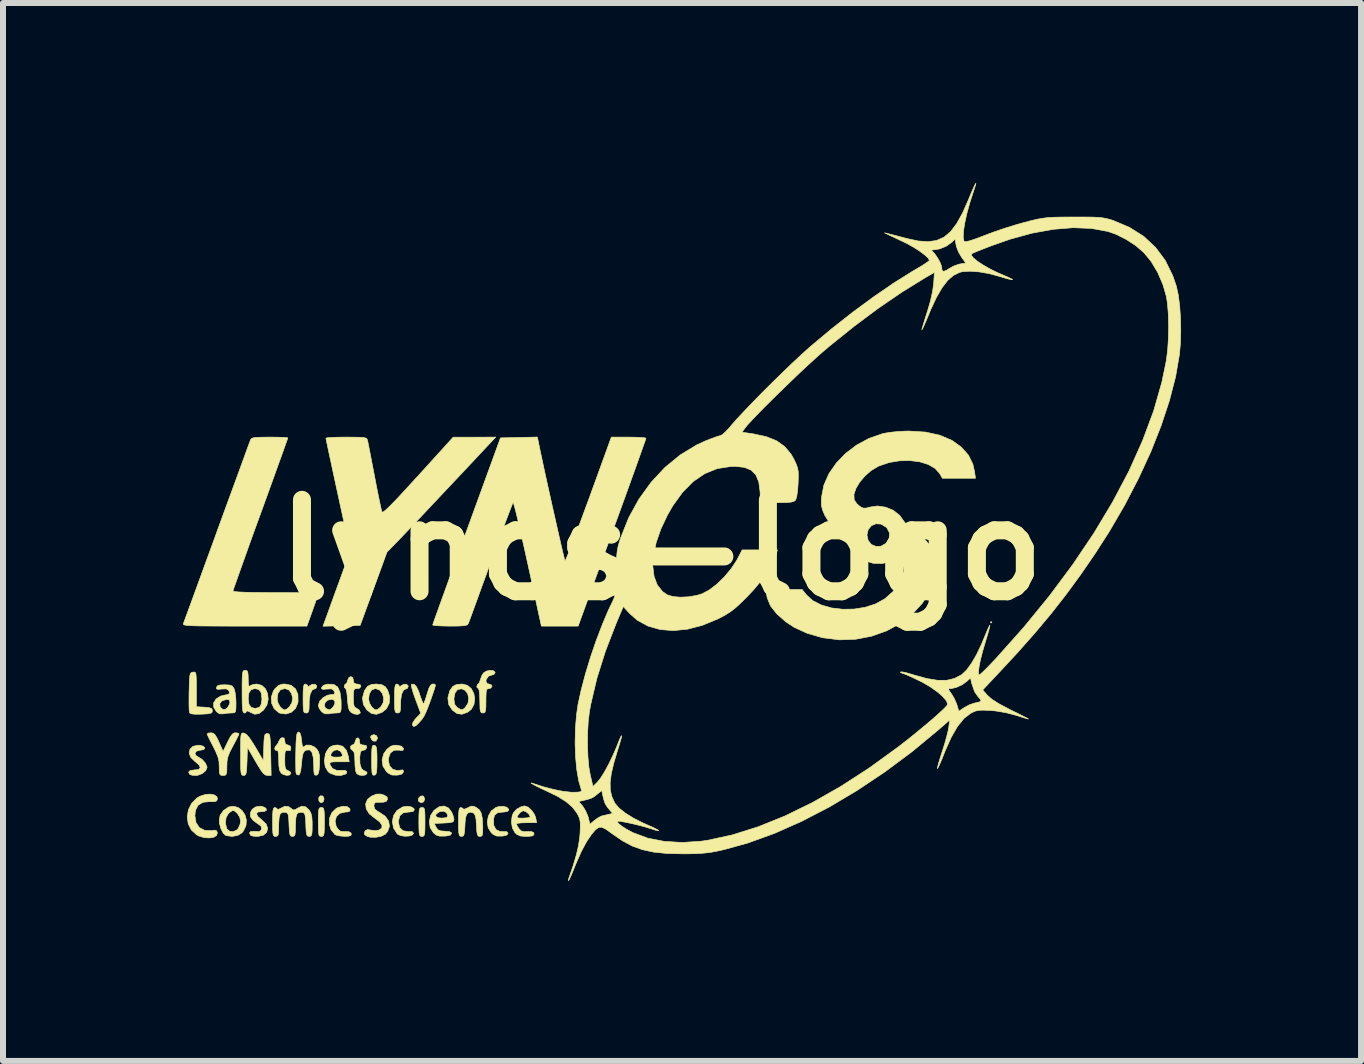
<source format=kicad_pcb>
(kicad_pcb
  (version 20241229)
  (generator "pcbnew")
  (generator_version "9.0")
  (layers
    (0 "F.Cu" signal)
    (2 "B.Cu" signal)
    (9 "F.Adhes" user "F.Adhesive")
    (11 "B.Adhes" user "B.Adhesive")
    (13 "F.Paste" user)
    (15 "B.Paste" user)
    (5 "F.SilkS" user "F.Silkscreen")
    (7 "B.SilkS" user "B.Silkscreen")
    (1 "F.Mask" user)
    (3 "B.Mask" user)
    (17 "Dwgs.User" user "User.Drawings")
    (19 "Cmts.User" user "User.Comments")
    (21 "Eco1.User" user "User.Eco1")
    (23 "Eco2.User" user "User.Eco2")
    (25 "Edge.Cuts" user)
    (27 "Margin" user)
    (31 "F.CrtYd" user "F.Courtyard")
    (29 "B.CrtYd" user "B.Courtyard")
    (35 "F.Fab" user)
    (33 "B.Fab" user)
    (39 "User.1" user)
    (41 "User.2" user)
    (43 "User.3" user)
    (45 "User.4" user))
  (footprint "lyncs-logo"
    (layer "F.Cu")
    (at 7.97 6.115)
    (property "Reference" "lyncs-logo" (at 0 0 0) (layer "F.SilkS") (effects (font (size 1.524 1.524) (thickness 0.3))))
    (attr through_hole)
    (fp_poly (pts (xy 5.512 1.206) (xy 5.499 1.219) (xy 5.486 1.206) (xy 5.499 1.194) (xy 5.512 1.206)) (stroke (width 0.01) (type solid)) (fill yes) (layer "F.SilkS"))
    (fp_poly (pts (xy -4.747 3.094) (xy -4.728 3.132) (xy -4.729 3.141) (xy -4.754 3.186) (xy -4.796 3.187) (xy -4.826 3.162) (xy -4.845 3.119) (xy -4.832 3.094) (xy -4.789 3.078) (xy -4.747 3.094)) (stroke (width 0.01) (type solid)) (fill yes) (layer "F.SilkS"))
    (fp_poly (pts (xy -3.958 4.109) (xy -3.942 4.153) (xy -3.958 4.197) (xy -3.997 4.216) (xy -4.037 4.196) (xy -4.047 4.18) (xy -4.044 4.137) (xy -4.013 4.105) (xy -3.974 4.099) (xy -3.958 4.109)) (stroke (width 0.01) (type solid)) (fill yes) (layer "F.SilkS"))
    (fp_poly (pts (xy -5.646 4.1) (xy -5.635 4.108) (xy -5.619 4.15) (xy -5.63 4.194) (xy -5.662 4.216) (xy -5.664 4.216) (xy -5.696 4.196) (xy -5.706 4.177) (xy -5.708 4.13) (xy -5.682 4.099) (xy -5.646 4.1)) (stroke (width 0.01) (type solid)) (fill yes) (layer "F.SilkS"))
    (fp_poly (pts (xy -5.641 4.296) (xy -5.626 4.313) (xy -5.618 4.354) (xy -5.614 4.426) (xy -5.613 4.534) (xy -5.614 4.646) (xy -5.618 4.717) (xy -5.626 4.756) (xy -5.642 4.772) (xy -5.664 4.775) (xy -5.688 4.772) (xy -5.703 4.754) (xy -5.711 4.714) (xy -5.714 4.642) (xy -5.715 4.534) (xy -5.714 4.422) (xy -5.711 4.351) (xy -5.702 4.312) (xy -5.687 4.296) (xy -5.664 4.293) (xy -5.641 4.296)) (stroke (width 0.01) (type solid)) (fill yes) (layer "F.SilkS"))
    (fp_poly (pts (xy -4.761 3.266) (xy -4.747 3.293) (xy -4.74 3.346) (xy -4.737 3.436) (xy -4.737 3.505) (xy -4.738 3.619) (xy -4.743 3.691) (xy -4.752 3.732) (xy -4.769 3.75) (xy -4.782 3.754) (xy -4.802 3.754) (xy -4.815 3.736) (xy -4.822 3.693) (xy -4.825 3.616) (xy -4.826 3.505) (xy -4.825 3.388) (xy -4.822 3.314) (xy -4.814 3.273) (xy -4.801 3.256) (xy -4.782 3.256) (xy -4.761 3.266)) (stroke (width 0.01) (type solid)) (fill yes) (layer "F.SilkS"))
    (fp_poly (pts (xy -3.964 4.296) (xy -3.949 4.313) (xy -3.941 4.354) (xy -3.938 4.426) (xy -3.937 4.534) (xy -3.938 4.646) (xy -3.941 4.717) (xy -3.95 4.756) (xy -3.965 4.772) (xy -3.988 4.775) (xy -4.011 4.772) (xy -4.026 4.754) (xy -4.034 4.714) (xy -4.038 4.642) (xy -4.039 4.534) (xy -4.038 4.422) (xy -4.034 4.351) (xy -4.026 4.312) (xy -4.01 4.296) (xy -3.988 4.293) (xy -3.964 4.296)) (stroke (width 0.01) (type solid)) (fill yes) (layer "F.SilkS"))
    (fp_poly (pts (xy -5.897 2.252) (xy -5.893 2.266) (xy -5.885 2.283) (xy -5.862 2.266) (xy -5.816 2.239) (xy -5.769 2.239) (xy -5.742 2.264) (xy -5.74 2.273) (xy -5.753 2.307) (xy -5.764 2.311) (xy -5.817 2.335) (xy -5.851 2.404) (xy -5.867 2.516) (xy -5.867 2.555) (xy -5.869 2.643) (xy -5.876 2.693) (xy -5.892 2.714) (xy -5.918 2.718) (xy -5.942 2.714) (xy -5.957 2.697) (xy -5.965 2.657) (xy -5.968 2.584) (xy -5.969 2.477) (xy -5.968 2.361) (xy -5.963 2.289) (xy -5.953 2.25) (xy -5.936 2.236) (xy -5.931 2.235) (xy -5.897 2.252)) (stroke (width 0.01) (type solid)) (fill yes) (layer "F.SilkS"))
    (fp_poly (pts (xy -4.373 2.252) (xy -4.369 2.266) (xy -4.361 2.283) (xy -4.338 2.266) (xy -4.292 2.239) (xy -4.245 2.239) (xy -4.218 2.264) (xy -4.216 2.273) (xy -4.229 2.307) (xy -4.24 2.311) (xy -4.293 2.335) (xy -4.327 2.404) (xy -4.343 2.516) (xy -4.343 2.555) (xy -4.345 2.643) (xy -4.352 2.693) (xy -4.368 2.714) (xy -4.394 2.718) (xy -4.418 2.714) (xy -4.433 2.697) (xy -4.441 2.657) (xy -4.444 2.584) (xy -4.445 2.477) (xy -4.444 2.361) (xy -4.439 2.289) (xy -4.429 2.25) (xy -4.412 2.236) (xy -4.407 2.235) (xy -4.373 2.252)) (stroke (width 0.01) (type solid)) (fill yes) (layer "F.SilkS"))
    (fp_poly (pts (xy -2.572 4.289) (xy -2.541 4.323) (xy -2.54 4.332) (xy -2.56 4.359) (xy -2.622 4.369) (xy -2.638 4.369) (xy -2.727 4.381) (xy -2.777 4.422) (xy -2.794 4.483) (xy -2.791 4.591) (xy -2.754 4.661) (xy -2.685 4.694) (xy -2.632 4.694) (xy -2.573 4.696) (xy -2.553 4.72) (xy -2.553 4.724) (xy -2.572 4.752) (xy -2.635 4.768) (xy -2.66 4.77) (xy -2.741 4.769) (xy -2.798 4.744) (xy -2.832 4.714) (xy -2.884 4.631) (xy -2.899 4.534) (xy -2.881 4.436) (xy -2.833 4.351) (xy -2.758 4.294) (xy -2.718 4.28) (xy -2.636 4.273) (xy -2.572 4.289)) (stroke (width 0.01) (type solid)) (fill yes) (layer "F.SilkS"))
    (fp_poly (pts (xy -5.234 4.278) (xy -5.192 4.309) (xy -5.186 4.324) (xy -5.191 4.355) (xy -5.229 4.367) (xy -5.265 4.369) (xy -5.354 4.389) (xy -5.412 4.442) (xy -5.435 4.518) (xy -5.418 4.604) (xy -5.394 4.645) (xy -5.351 4.687) (xy -5.29 4.696) (xy -5.268 4.694) (xy -5.205 4.697) (xy -5.168 4.719) (xy -5.167 4.751) (xy -5.175 4.76) (xy -5.214 4.772) (xy -5.282 4.774) (xy -5.357 4.767) (xy -5.419 4.753) (xy -5.438 4.743) (xy -5.503 4.664) (xy -5.533 4.568) (xy -5.527 4.468) (xy -5.488 4.377) (xy -5.417 4.309) (xy -5.388 4.294) (xy -5.304 4.272) (xy -5.234 4.278)) (stroke (width 0.01) (type solid)) (fill yes) (layer "F.SilkS"))
    (fp_poly (pts (xy -4.401 3.256) (xy -4.328 3.272) (xy -4.298 3.305) (xy -4.297 3.308) (xy -4.3 3.337) (xy -4.331 3.343) (xy -4.368 3.337) (xy -4.453 3.339) (xy -4.514 3.384) (xy -4.544 3.467) (xy -4.547 3.509) (xy -4.527 3.598) (xy -4.474 3.657) (xy -4.396 3.678) (xy -4.354 3.672) (xy -4.307 3.666) (xy -4.295 3.686) (xy -4.297 3.701) (xy -4.32 3.734) (xy -4.38 3.751) (xy -4.409 3.754) (xy -4.488 3.752) (xy -4.547 3.723) (xy -4.58 3.693) (xy -4.638 3.603) (xy -4.652 3.5) (xy -4.625 3.397) (xy -4.572 3.324) (xy -4.511 3.273) (xy -4.45 3.255) (xy -4.401 3.256)) (stroke (width 0.01) (type solid)) (fill yes) (layer "F.SilkS"))
    (fp_poly (pts (xy -4.162 4.284) (xy -4.121 4.312) (xy -4.115 4.331) (xy -4.133 4.358) (xy -4.191 4.368) (xy -4.213 4.369) (xy -4.304 4.384) (xy -4.357 4.431) (xy -4.378 4.515) (xy -4.379 4.539) (xy -4.36 4.627) (xy -4.304 4.68) (xy -4.216 4.695) (xy -4.204 4.694) (xy -4.146 4.697) (xy -4.128 4.723) (xy -4.128 4.724) (xy -4.149 4.753) (xy -4.204 4.769) (xy -4.274 4.772) (xy -4.343 4.762) (xy -4.394 4.737) (xy -4.4 4.732) (xy -4.462 4.633) (xy -4.481 4.528) (xy -4.461 4.427) (xy -4.404 4.343) (xy -4.313 4.286) (xy -4.297 4.281) (xy -4.226 4.272) (xy -4.162 4.284)) (stroke (width 0.01) (type solid)) (fill yes) (layer "F.SilkS"))
    (fp_poly (pts (xy -7.763 2.044) (xy -7.754 2.071) (xy -7.749 2.126) (xy -7.747 2.217) (xy -7.747 2.321) (xy -7.747 2.614) (xy -7.614 2.621) (xy -7.535 2.629) (xy -7.495 2.642) (xy -7.481 2.668) (xy -7.48 2.68) (xy -7.485 2.706) (xy -7.508 2.722) (xy -7.559 2.732) (xy -7.648 2.737) (xy -7.665 2.738) (xy -7.769 2.739) (xy -7.832 2.732) (xy -7.86 2.716) (xy -7.862 2.711) (xy -7.867 2.674) (xy -7.87 2.596) (xy -7.87 2.491) (xy -7.869 2.367) (xy -7.868 2.361) (xy -7.865 2.229) (xy -7.861 2.14) (xy -7.854 2.085) (xy -7.843 2.055) (xy -7.826 2.041) (xy -7.804 2.037) (xy -7.78 2.035) (xy -7.763 2.044)) (stroke (width 0.01) (type solid)) (fill yes) (layer "F.SilkS"))
    (fp_poly (pts (xy -7.449 4.083) (xy -7.405 4.113) (xy -7.396 4.148) (xy -7.407 4.181) (xy -7.437 4.195) (xy -7.499 4.196) (xy -7.524 4.195) (xy -7.638 4.206) (xy -7.717 4.254) (xy -7.762 4.339) (xy -7.772 4.43) (xy -7.753 4.546) (xy -7.698 4.628) (xy -7.61 4.673) (xy -7.494 4.679) (xy -7.443 4.67) (xy -7.409 4.683) (xy -7.397 4.715) (xy -7.411 4.76) (xy -7.461 4.79) (xy -7.536 4.801) (xy -7.623 4.794) (xy -7.709 4.767) (xy -7.742 4.749) (xy -7.831 4.668) (xy -7.883 4.565) (xy -7.899 4.449) (xy -7.88 4.331) (xy -7.826 4.224) (xy -7.74 4.136) (xy -7.689 4.106) (xy -7.604 4.078) (xy -7.52 4.07) (xy -7.449 4.083)) (stroke (width 0.01) (type solid)) (fill yes) (layer "F.SilkS"))
    (fp_poly (pts (xy -7.692 3.256) (xy -7.629 3.273) (xy -7.605 3.301) (xy -7.623 3.327) (xy -7.682 3.339) (xy -7.683 3.339) (xy -7.745 3.354) (xy -7.77 3.388) (xy -7.754 3.428) (xy -7.713 3.453) (xy -7.65 3.493) (xy -7.597 3.553) (xy -7.57 3.615) (xy -7.569 3.625) (xy -7.592 3.68) (xy -7.648 3.727) (xy -7.722 3.756) (xy -7.755 3.759) (xy -7.818 3.755) (xy -7.856 3.743) (xy -7.857 3.742) (xy -7.877 3.703) (xy -7.851 3.677) (xy -7.785 3.667) (xy -7.779 3.667) (xy -7.709 3.659) (xy -7.683 3.63) (xy -7.702 3.585) (xy -7.766 3.529) (xy -7.772 3.525) (xy -7.841 3.458) (xy -7.867 3.387) (xy -7.854 3.322) (xy -7.805 3.274) (xy -7.724 3.255) (xy -7.692 3.256)) (stroke (width 0.01) (type solid)) (fill yes) (layer "F.SilkS"))
    (fp_poly (pts (xy -6.644 4.277) (xy -6.589 4.304) (xy -6.578 4.336) (xy -6.61 4.359) (xy -6.661 4.363) (xy -6.724 4.369) (xy -6.744 4.398) (xy -6.723 4.443) (xy -6.661 4.497) (xy -6.655 4.501) (xy -6.584 4.569) (xy -6.559 4.641) (xy -6.575 4.706) (xy -6.63 4.754) (xy -6.721 4.775) (xy -6.731 4.775) (xy -6.796 4.771) (xy -6.838 4.761) (xy -6.841 4.758) (xy -6.863 4.718) (xy -6.841 4.693) (xy -6.782 4.689) (xy -6.77 4.691) (xy -6.705 4.695) (xy -6.673 4.677) (xy -6.663 4.659) (xy -6.666 4.61) (xy -6.692 4.586) (xy -6.745 4.55) (xy -6.802 4.507) (xy -6.846 4.446) (xy -6.848 4.381) (xy -6.817 4.323) (xy -6.758 4.283) (xy -6.68 4.271) (xy -6.644 4.277)) (stroke (width 0.01) (type solid)) (fill yes) (layer "F.SilkS"))
    (fp_poly (pts (xy -4.658 2.246) (xy -4.597 2.282) (xy -4.558 2.339) (xy -4.525 2.448) (xy -4.533 2.555) (xy -4.579 2.647) (xy -4.652 2.707) (xy -4.746 2.74) (xy -4.826 2.727) (xy -4.904 2.669) (xy -4.964 2.576) (xy -4.976 2.488) (xy -4.877 2.488) (xy -4.861 2.555) (xy -4.823 2.619) (xy -4.775 2.66) (xy -4.75 2.667) (xy -4.715 2.651) (xy -4.674 2.616) (xy -4.634 2.548) (xy -4.626 2.469) (xy -4.647 2.393) (xy -4.693 2.336) (xy -4.758 2.312) (xy -4.763 2.311) (xy -4.826 2.334) (xy -4.865 2.398) (xy -4.877 2.488) (xy -4.976 2.488) (xy -4.979 2.467) (xy -4.947 2.351) (xy -4.941 2.339) (xy -4.894 2.273) (xy -4.828 2.242) (xy -4.75 2.235) (xy -4.658 2.246)) (stroke (width 0.01) (type solid)) (fill yes) (layer "F.SilkS"))
    (fp_poly (pts (xy -6.169 2.256) (xy -6.095 2.316) (xy -6.055 2.407) (xy -6.052 2.525) (xy -6.056 2.549) (xy -6.095 2.643) (xy -6.166 2.707) (xy -6.256 2.735) (xy -6.352 2.722) (xy -6.375 2.712) (xy -6.451 2.646) (xy -6.493 2.555) (xy -6.496 2.488) (xy -6.401 2.488) (xy -6.385 2.555) (xy -6.347 2.619) (xy -6.299 2.66) (xy -6.274 2.667) (xy -6.239 2.651) (xy -6.198 2.616) (xy -6.155 2.546) (xy -6.144 2.467) (xy -6.162 2.392) (xy -6.205 2.335) (xy -6.269 2.311) (xy -6.274 2.311) (xy -6.346 2.331) (xy -6.388 2.392) (xy -6.401 2.488) (xy -6.496 2.488) (xy -6.498 2.452) (xy -6.464 2.352) (xy -6.437 2.313) (xy -6.378 2.258) (xy -6.312 2.237) (xy -6.272 2.235) (xy -6.169 2.256)) (stroke (width 0.01) (type solid)) (fill yes) (layer "F.SilkS"))
    (fp_poly (pts (xy -3.23 2.257) (xy -3.164 2.313) (xy -3.123 2.393) (xy -3.108 2.485) (xy -3.121 2.577) (xy -3.164 2.656) (xy -3.227 2.706) (xy -3.321 2.739) (xy -3.401 2.728) (xy -3.479 2.672) (xy -3.482 2.669) (xy -3.542 2.576) (xy -3.553 2.493) (xy -3.454 2.493) (xy -3.443 2.573) (xy -3.403 2.624) (xy -3.398 2.627) (xy -3.343 2.66) (xy -3.306 2.66) (xy -3.266 2.627) (xy -3.22 2.555) (xy -3.208 2.472) (xy -3.226 2.395) (xy -3.272 2.338) (xy -3.327 2.315) (xy -3.393 2.327) (xy -3.436 2.382) (xy -3.454 2.475) (xy -3.454 2.493) (xy -3.553 2.493) (xy -3.556 2.467) (xy -3.525 2.351) (xy -3.519 2.339) (xy -3.474 2.276) (xy -3.414 2.244) (xy -3.321 2.235) (xy -3.317 2.235) (xy -3.23 2.257)) (stroke (width 0.01) (type solid)) (fill yes) (layer "F.SilkS"))
    (fp_poly (pts (xy -7.05 4.294) (xy -6.985 4.344) (xy -6.937 4.416) (xy -6.914 4.501) (xy -6.92 4.592) (xy -6.962 4.683) (xy -6.988 4.715) (xy -7.059 4.759) (xy -7.153 4.775) (xy -7.247 4.762) (xy -7.259 4.758) (xy -7.301 4.718) (xy -7.338 4.646) (xy -7.362 4.559) (xy -7.362 4.557) (xy -7.263 4.557) (xy -7.24 4.645) (xy -7.238 4.65) (xy -7.192 4.69) (xy -7.13 4.695) (xy -7.069 4.665) (xy -7.05 4.643) (xy -7.019 4.573) (xy -7.01 4.516) (xy -7.026 4.452) (xy -7.065 4.391) (xy -7.113 4.35) (xy -7.137 4.343) (xy -7.172 4.36) (xy -7.214 4.394) (xy -7.253 4.466) (xy -7.263 4.557) (xy -7.362 4.557) (xy -7.366 4.508) (xy -7.351 4.423) (xy -7.299 4.348) (xy -7.292 4.341) (xy -7.209 4.285) (xy -7.127 4.272) (xy -7.05 4.294)) (stroke (width 0.01) (type solid)) (fill yes) (layer "F.SilkS"))
    (fp_poly (pts (xy -7.049 3.054) (xy -7.036 3.065) (xy -7.047 3.093) (xy -7.078 3.155) (xy -7.121 3.237) (xy -7.137 3.267) (xy -7.191 3.37) (xy -7.222 3.449) (xy -7.236 3.523) (xy -7.239 3.606) (xy -7.24 3.69) (xy -7.248 3.736) (xy -7.266 3.755) (xy -7.299 3.759) (xy -7.303 3.759) (xy -7.338 3.756) (xy -7.357 3.737) (xy -7.365 3.692) (xy -7.366 3.613) (xy -7.37 3.527) (xy -7.388 3.45) (xy -7.423 3.364) (xy -7.467 3.276) (xy -7.513 3.187) (xy -7.548 3.116) (xy -7.567 3.073) (xy -7.569 3.067) (xy -7.547 3.053) (xy -7.505 3.048) (xy -7.466 3.055) (xy -7.434 3.083) (xy -7.399 3.142) (xy -7.371 3.203) (xy -7.302 3.358) (xy -7.227 3.203) (xy -7.182 3.116) (xy -7.146 3.068) (xy -7.111 3.049) (xy -7.095 3.048) (xy -7.049 3.054)) (stroke (width 0.01) (type solid)) (fill yes) (layer "F.SilkS"))
    (fp_poly (pts (xy -5.033 3.155) (xy -5.029 3.186) (xy -5.02 3.235) (xy -4.981 3.251) (xy -4.964 3.251) (xy -4.916 3.26) (xy -4.907 3.293) (xy -4.907 3.296) (xy -4.936 3.332) (xy -4.966 3.34) (xy -4.998 3.348) (xy -5.015 3.382) (xy -5.024 3.453) (xy -5.024 3.46) (xy -5.021 3.565) (xy -4.997 3.642) (xy -4.957 3.68) (xy -4.939 3.683) (xy -4.907 3.703) (xy -4.902 3.721) (xy -4.923 3.748) (xy -4.972 3.759) (xy -5.03 3.753) (xy -5.075 3.729) (xy -5.092 3.687) (xy -5.102 3.609) (xy -5.105 3.528) (xy -5.109 3.429) (xy -5.12 3.371) (xy -5.14 3.345) (xy -5.144 3.344) (xy -5.175 3.314) (xy -5.179 3.276) (xy -5.155 3.252) (xy -5.145 3.251) (xy -5.113 3.23) (xy -5.101 3.196) (xy -5.082 3.145) (xy -5.054 3.131) (xy -5.033 3.155)) (stroke (width 0.01) (type solid)) (fill yes) (layer "F.SilkS"))
    (fp_poly (pts (xy -5.141 2.128) (xy -5.131 2.17) (xy -5.121 2.219) (xy -5.082 2.235) (xy -5.067 2.235) (xy -5.016 2.248) (xy -5.004 2.273) (xy -5.026 2.304) (xy -5.067 2.311) (xy -5.102 2.315) (xy -5.121 2.332) (xy -5.129 2.376) (xy -5.131 2.458) (xy -5.131 2.465) (xy -5.128 2.555) (xy -5.117 2.606) (xy -5.094 2.631) (xy -5.086 2.634) (xy -5.034 2.667) (xy -5.015 2.707) (xy -5.02 2.723) (xy -5.058 2.742) (xy -5.117 2.734) (xy -5.169 2.708) (xy -5.197 2.675) (xy -5.215 2.62) (xy -5.226 2.529) (xy -5.228 2.492) (xy -5.236 2.404) (xy -5.247 2.339) (xy -5.259 2.312) (xy -5.261 2.311) (xy -5.281 2.291) (xy -5.283 2.273) (xy -5.27 2.239) (xy -5.26 2.235) (xy -5.238 2.214) (xy -5.228 2.178) (xy -5.206 2.128) (xy -5.172 2.111) (xy -5.141 2.128)) (stroke (width 0.01) (type solid)) (fill yes) (layer "F.SilkS"))
    (fp_poly (pts (xy -4.614 4.088) (xy -4.567 4.12) (xy -4.563 4.16) (xy -4.583 4.192) (xy -4.63 4.205) (xy -4.682 4.206) (xy -4.749 4.207) (xy -4.78 4.222) (xy -4.788 4.256) (xy -4.788 4.267) (xy -4.775 4.317) (xy -4.727 4.357) (xy -4.693 4.375) (xy -4.599 4.439) (xy -4.543 4.52) (xy -4.529 4.607) (xy -4.559 4.692) (xy -4.597 4.737) (xy -4.665 4.772) (xy -4.757 4.79) (xy -4.85 4.788) (xy -4.896 4.776) (xy -4.944 4.746) (xy -4.947 4.708) (xy -4.932 4.68) (xy -4.896 4.661) (xy -4.837 4.67) (xy -4.763 4.679) (xy -4.703 4.67) (xy -4.656 4.635) (xy -4.654 4.587) (xy -4.695 4.53) (xy -4.775 4.47) (xy -4.865 4.399) (xy -4.916 4.317) (xy -4.926 4.234) (xy -4.896 4.158) (xy -4.827 4.103) (xy -4.746 4.07) (xy -4.675 4.069) (xy -4.614 4.088)) (stroke (width 0.01) (type solid)) (fill yes) (layer "F.SilkS"))
    (fp_poly (pts (xy -3.781 2.236) (xy -3.767 2.243) (xy -3.765 2.266) (xy -3.778 2.314) (xy -3.805 2.394) (xy -3.835 2.48) (xy -3.882 2.609) (xy -3.919 2.701) (xy -3.951 2.768) (xy -3.985 2.82) (xy -4.026 2.868) (xy -4.034 2.877) (xy -4.089 2.93) (xy -4.124 2.944) (xy -4.145 2.921) (xy -4.148 2.915) (xy -4.139 2.878) (xy -4.103 2.824) (xy -4.084 2.803) (xy -4.008 2.723) (xy -4.097 2.485) (xy -4.132 2.385) (xy -4.156 2.303) (xy -4.165 2.252) (xy -4.162 2.239) (xy -4.119 2.239) (xy -4.081 2.276) (xy -4.043 2.355) (xy -4.025 2.41) (xy -3.997 2.49) (xy -3.975 2.546) (xy -3.962 2.565) (xy -3.949 2.543) (xy -3.928 2.484) (xy -3.902 2.402) (xy -3.902 2.4) (xy -3.872 2.307) (xy -3.845 2.256) (xy -3.816 2.236) (xy -3.807 2.235) (xy -3.781 2.236)) (stroke (width 0.01) (type solid)) (fill yes) (layer "F.SilkS"))
    (fp_poly (pts (xy -6.284 3.136) (xy -6.274 3.182) (xy -6.274 3.186) (xy -6.263 3.237) (xy -6.223 3.251) (xy -6.223 3.251) (xy -6.181 3.269) (xy -6.172 3.305) (xy -6.183 3.344) (xy -6.223 3.345) (xy -6.223 3.345) (xy -6.25 3.342) (xy -6.266 3.358) (xy -6.272 3.403) (xy -6.274 3.488) (xy -6.274 3.497) (xy -6.272 3.588) (xy -6.264 3.64) (xy -6.246 3.666) (xy -6.223 3.676) (xy -6.182 3.701) (xy -6.172 3.724) (xy -6.192 3.751) (xy -6.24 3.758) (xy -6.296 3.745) (xy -6.335 3.719) (xy -6.36 3.675) (xy -6.372 3.597) (xy -6.375 3.502) (xy -6.378 3.412) (xy -6.387 3.355) (xy -6.399 3.339) (xy -6.399 3.339) (xy -6.429 3.34) (xy -6.442 3.313) (xy -6.432 3.277) (xy -6.42 3.266) (xy -6.382 3.217) (xy -6.372 3.187) (xy -6.344 3.142) (xy -6.318 3.129) (xy -6.284 3.136)) (stroke (width 0.01) (type solid)) (fill yes) (layer "F.SilkS"))
    (fp_poly (pts (xy -5.306 3.274) (xy -5.247 3.34) (xy -5.215 3.439) (xy -5.2 3.531) (xy -5.366 3.531) (xy -5.455 3.532) (xy -5.503 3.538) (xy -5.522 3.552) (xy -5.52 3.578) (xy -5.519 3.582) (xy -5.479 3.643) (xy -5.408 3.675) (xy -5.332 3.674) (xy -5.274 3.673) (xy -5.241 3.691) (xy -5.243 3.72) (xy -5.261 3.736) (xy -5.339 3.76) (xy -5.432 3.754) (xy -5.518 3.722) (xy -5.551 3.697) (xy -5.599 3.616) (xy -5.614 3.513) (xy -5.598 3.413) (xy -5.507 3.413) (xy -5.502 3.44) (xy -5.466 3.452) (xy -5.41 3.454) (xy -5.343 3.45) (xy -5.315 3.435) (xy -5.313 3.413) (xy -5.344 3.357) (xy -5.399 3.331) (xy -5.455 3.343) (xy -5.496 3.385) (xy -5.507 3.413) (xy -5.598 3.413) (xy -5.597 3.403) (xy -5.576 3.355) (xy -5.528 3.289) (xy -5.462 3.258) (xy -5.387 3.251) (xy -5.306 3.274)) (stroke (width 0.01) (type solid)) (fill yes) (layer "F.SilkS"))
    (fp_poly (pts (xy -3.544 4.302) (xy -3.492 4.371) (xy -3.465 4.438) (xy -3.454 4.493) (xy -3.46 4.521) (xy -3.485 4.538) (xy -3.54 4.547) (xy -3.619 4.552) (xy -3.783 4.559) (xy -3.751 4.623) (xy -3.722 4.664) (xy -3.676 4.683) (xy -3.606 4.688) (xy -3.529 4.695) (xy -3.495 4.715) (xy -3.493 4.726) (xy -3.513 4.752) (xy -3.577 4.767) (xy -3.613 4.77) (xy -3.695 4.77) (xy -3.751 4.752) (xy -3.797 4.714) (xy -3.851 4.628) (xy -3.865 4.525) (xy -3.845 4.438) (xy -3.759 4.438) (xy -3.721 4.463) (xy -3.658 4.47) (xy -3.584 4.463) (xy -3.556 4.44) (xy -3.556 4.435) (xy -3.577 4.381) (xy -3.628 4.354) (xy -3.695 4.364) (xy -3.696 4.365) (xy -3.751 4.402) (xy -3.759 4.438) (xy -3.845 4.438) (xy -3.841 4.422) (xy -3.787 4.341) (xy -3.701 4.281) (xy -3.618 4.268) (xy -3.544 4.302)) (stroke (width 0.01) (type solid)) (fill yes) (layer "F.SilkS"))
    (fp_poly (pts (xy -2.796 2.013) (xy -2.769 2.039) (xy -2.769 2.045) (xy -2.789 2.077) (xy -2.814 2.083) (xy -2.879 2.105) (xy -2.917 2.161) (xy -2.921 2.189) (xy -2.901 2.228) (xy -2.87 2.235) (xy -2.829 2.251) (xy -2.819 2.273) (xy -2.841 2.304) (xy -2.87 2.311) (xy -2.896 2.316) (xy -2.911 2.335) (xy -2.918 2.38) (xy -2.921 2.461) (xy -2.921 2.515) (xy -2.922 2.616) (xy -2.927 2.677) (xy -2.938 2.707) (xy -2.958 2.717) (xy -2.972 2.718) (xy -2.997 2.714) (xy -3.012 2.694) (xy -3.02 2.649) (xy -3.022 2.568) (xy -3.023 2.515) (xy -3.026 2.414) (xy -3.034 2.343) (xy -3.046 2.312) (xy -3.048 2.311) (xy -3.071 2.291) (xy -3.073 2.273) (xy -3.061 2.239) (xy -3.051 2.235) (xy -3.031 2.213) (xy -3.014 2.162) (xy -2.989 2.093) (xy -2.959 2.048) (xy -2.909 2.018) (xy -2.849 2.007) (xy -2.796 2.013)) (stroke (width 0.01) (type solid)) (fill yes) (layer "F.SilkS"))
    (fp_poly (pts (xy -6.954 3.053) (xy -6.916 3.073) (xy -6.867 3.126) (xy -6.805 3.219) (xy -6.764 3.286) (xy -6.631 3.512) (xy -6.624 3.286) (xy -6.62 3.178) (xy -6.613 3.112) (xy -6.602 3.076) (xy -6.584 3.063) (xy -6.566 3.061) (xy -6.546 3.064) (xy -6.531 3.077) (xy -6.522 3.11) (xy -6.516 3.17) (xy -6.511 3.264) (xy -6.508 3.401) (xy -6.508 3.41) (xy -6.501 3.759) (xy -6.563 3.759) (xy -6.596 3.752) (xy -6.629 3.727) (xy -6.67 3.675) (xy -6.723 3.589) (xy -6.761 3.525) (xy -6.896 3.29) (xy -6.903 3.525) (xy -6.908 3.635) (xy -6.914 3.704) (xy -6.925 3.742) (xy -6.942 3.757) (xy -6.961 3.759) (xy -6.98 3.756) (xy -6.994 3.743) (xy -7.003 3.71) (xy -7.008 3.652) (xy -7.01 3.559) (xy -7.01 3.424) (xy -7.01 3.402) (xy -7.01 3.261) (xy -7.009 3.163) (xy -7.005 3.101) (xy -6.997 3.067) (xy -6.984 3.053) (xy -6.965 3.051) (xy -6.954 3.053)) (stroke (width 0.01) (type solid)) (fill yes) (layer "F.SilkS"))
    (fp_poly (pts (xy -6.02 3.052) (xy -6.003 3.106) (xy -5.994 3.175) (xy -5.984 3.25) (xy -5.971 3.286) (xy -5.961 3.283) (xy -5.915 3.253) (xy -5.849 3.254) (xy -5.781 3.283) (xy -5.741 3.319) (xy -5.712 3.365) (xy -5.697 3.419) (xy -5.693 3.497) (xy -5.695 3.567) (xy -5.701 3.664) (xy -5.712 3.72) (xy -5.73 3.748) (xy -5.747 3.754) (xy -5.771 3.753) (xy -5.784 3.73) (xy -5.79 3.675) (xy -5.791 3.594) (xy -5.799 3.46) (xy -5.821 3.373) (xy -5.859 3.333) (xy -5.915 3.337) (xy -5.944 3.352) (xy -5.969 3.393) (xy -5.987 3.481) (xy -5.994 3.559) (xy -6.006 3.665) (xy -6.023 3.732) (xy -6.039 3.753) (xy -6.074 3.743) (xy -6.084 3.728) (xy -6.089 3.691) (xy -6.091 3.613) (xy -6.092 3.506) (xy -6.091 3.381) (xy -6.09 3.364) (xy -6.087 3.226) (xy -6.081 3.132) (xy -6.073 3.074) (xy -6.062 3.044) (xy -6.046 3.035) (xy -6.045 3.035) (xy -6.02 3.052)) (stroke (width 0.01) (type solid)) (fill yes) (layer "F.SilkS"))
    (fp_poly (pts (xy -5.485 2.239) (xy -5.448 2.246) (xy -5.392 2.286) (xy -5.354 2.371) (xy -5.336 2.5) (xy -5.334 2.57) (xy -5.335 2.653) (xy -5.343 2.697) (xy -5.362 2.714) (xy -5.398 2.717) (xy -5.404 2.717) (xy -5.485 2.722) (xy -5.541 2.732) (xy -5.608 2.732) (xy -5.662 2.695) (xy -5.701 2.639) (xy -5.714 2.594) (xy -5.614 2.594) (xy -5.594 2.638) (xy -5.54 2.664) (xy -5.533 2.665) (xy -5.503 2.651) (xy -5.476 2.627) (xy -5.44 2.571) (xy -5.439 2.521) (xy -5.473 2.492) (xy -5.494 2.489) (xy -5.561 2.505) (xy -5.602 2.545) (xy -5.614 2.594) (xy -5.714 2.594) (xy -5.715 2.59) (xy -5.693 2.523) (xy -5.637 2.463) (xy -5.563 2.422) (xy -5.513 2.413) (xy -5.454 2.407) (xy -5.439 2.383) (xy -5.459 2.339) (xy -5.497 2.316) (xy -5.571 2.319) (xy -5.574 2.319) (xy -5.635 2.325) (xy -5.659 2.315) (xy -5.659 2.291) (xy -5.629 2.257) (xy -5.566 2.238) (xy -5.485 2.239)) (stroke (width 0.01) (type solid)) (fill yes) (layer "F.SilkS"))
    (fp_poly (pts (xy -3.126 4.272) (xy -3.081 4.293) (xy -3.032 4.331) (xy -3.001 4.385) (xy -2.983 4.467) (xy -2.975 4.587) (xy -2.974 4.616) (xy -2.975 4.704) (xy -2.981 4.752) (xy -2.998 4.772) (xy -3.021 4.775) (xy -3.048 4.77) (xy -3.064 4.746) (xy -3.073 4.693) (xy -3.078 4.601) (xy -3.079 4.594) (xy -3.086 4.49) (xy -3.1 4.426) (xy -3.122 4.391) (xy -3.131 4.384) (xy -3.185 4.37) (xy -3.219 4.384) (xy -3.245 4.413) (xy -3.261 4.467) (xy -3.27 4.558) (xy -3.271 4.594) (xy -3.277 4.689) (xy -3.286 4.743) (xy -3.301 4.769) (xy -3.326 4.775) (xy -3.329 4.775) (xy -3.352 4.771) (xy -3.366 4.753) (xy -3.374 4.712) (xy -3.378 4.638) (xy -3.378 4.534) (xy -3.377 4.419) (xy -3.372 4.346) (xy -3.362 4.307) (xy -3.346 4.293) (xy -3.34 4.293) (xy -3.306 4.306) (xy -3.302 4.317) (xy -3.283 4.322) (xy -3.237 4.304) (xy -3.226 4.298) (xy -3.169 4.271) (xy -3.126 4.272)) (stroke (width 0.01) (type solid)) (fill yes) (layer "F.SilkS"))
    (fp_poly (pts (xy -2.217 4.288) (xy -2.158 4.342) (xy -2.111 4.411) (xy -2.092 4.464) (xy -2.076 4.547) (xy -2.245 4.547) (xy -2.33 4.549) (xy -2.39 4.556) (xy -2.413 4.566) (xy -2.4 4.6) (xy -2.372 4.645) (xy -2.333 4.684) (xy -2.279 4.697) (xy -2.233 4.694) (xy -2.161 4.695) (xy -2.124 4.712) (xy -2.123 4.715) (xy -2.121 4.748) (xy -2.15 4.767) (xy -2.219 4.775) (xy -2.26 4.775) (xy -2.347 4.768) (xy -2.407 4.741) (xy -2.437 4.713) (xy -2.481 4.634) (xy -2.497 4.532) (xy -2.486 4.448) (xy -2.402 4.448) (xy -2.396 4.465) (xy -2.355 4.47) (xy -2.302 4.47) (xy -2.233 4.466) (xy -2.19 4.454) (xy -2.184 4.447) (xy -2.205 4.404) (xy -2.251 4.365) (xy -2.299 4.348) (xy -2.305 4.348) (xy -2.347 4.374) (xy -2.381 4.413) (xy -2.402 4.448) (xy -2.486 4.448) (xy -2.483 4.429) (xy -2.464 4.383) (xy -2.409 4.321) (xy -2.33 4.278) (xy -2.274 4.267) (xy -2.217 4.288)) (stroke (width 0.01) (type solid)) (fill yes) (layer "F.SilkS"))
    (fp_poly (pts (xy -7.199 2.252) (xy -7.153 2.267) (xy -7.125 2.301) (xy -7.119 2.311) (xy -7.103 2.37) (xy -7.091 2.458) (xy -7.087 2.547) (xy -7.088 2.638) (xy -7.093 2.689) (xy -7.108 2.712) (xy -7.136 2.717) (xy -7.156 2.717) (xy -7.238 2.722) (xy -7.294 2.732) (xy -7.361 2.732) (xy -7.414 2.695) (xy -7.459 2.622) (xy -7.459 2.561) (xy -7.357 2.561) (xy -7.352 2.613) (xy -7.342 2.627) (xy -7.3 2.663) (xy -7.259 2.654) (xy -7.228 2.627) (xy -7.195 2.572) (xy -7.188 2.536) (xy -7.199 2.5) (xy -7.241 2.492) (xy -7.255 2.494) (xy -7.323 2.518) (xy -7.357 2.561) (xy -7.459 2.561) (xy -7.459 2.548) (xy -7.418 2.483) (xy -7.342 2.436) (xy -7.288 2.423) (xy -7.219 2.408) (xy -7.193 2.39) (xy -7.201 2.358) (xy -7.211 2.339) (xy -7.25 2.316) (xy -7.324 2.319) (xy -7.327 2.319) (xy -7.388 2.325) (xy -7.412 2.315) (xy -7.412 2.291) (xy -7.395 2.264) (xy -7.349 2.251) (xy -7.278 2.248) (xy -7.199 2.252)) (stroke (width 0.01) (type solid)) (fill yes) (layer "F.SilkS"))
    (fp_poly (pts (xy -6.905 2.012) (xy -6.89 2.038) (xy -6.884 2.095) (xy -6.883 2.151) (xy -6.881 2.232) (xy -6.873 2.269) (xy -6.857 2.27) (xy -6.853 2.266) (xy -6.807 2.244) (xy -6.741 2.235) (xy -6.74 2.235) (xy -6.658 2.257) (xy -6.596 2.314) (xy -6.56 2.396) (xy -6.55 2.49) (xy -6.571 2.584) (xy -6.626 2.667) (xy -6.627 2.669) (xy -6.703 2.727) (xy -6.774 2.739) (xy -6.849 2.706) (xy -6.852 2.704) (xy -6.893 2.683) (xy -6.909 2.691) (xy -6.929 2.715) (xy -6.947 2.718) (xy -6.962 2.711) (xy -6.973 2.684) (xy -6.98 2.632) (xy -6.984 2.546) (xy -6.984 2.477) (xy -6.883 2.477) (xy -6.871 2.572) (xy -6.833 2.625) (xy -6.769 2.642) (xy -6.711 2.628) (xy -6.685 2.611) (xy -6.666 2.568) (xy -6.655 2.498) (xy -6.655 2.477) (xy -6.667 2.381) (xy -6.705 2.328) (xy -6.769 2.311) (xy -6.835 2.329) (xy -6.872 2.384) (xy -6.883 2.477) (xy -6.984 2.477) (xy -6.985 2.419) (xy -6.985 2.362) (xy -6.985 2.221) (xy -6.983 2.124) (xy -6.978 2.061) (xy -6.97 2.026) (xy -6.957 2.01) (xy -6.938 2.007) (xy -6.934 2.007) (xy -6.905 2.012)) (stroke (width 0.01) (type solid)) (fill yes) (layer "F.SilkS"))
    (fp_poly (pts (xy -2.848 -1.784) (xy -3.1 -1.515) (xy -3.338 -1.261) (xy -3.56 -1.026) (xy -3.761 -0.812) (xy -3.941 -0.621) (xy -4.096 -0.457) (xy -4.225 -0.321) (xy -4.324 -0.217) (xy -4.391 -0.147) (xy -4.398 -0.14) (xy -4.571 0.038) (xy -5.017 1.257) (xy -5.637 1.272) (xy -5.551 1.036) (xy -5.511 0.925) (xy -5.46 0.783) (xy -5.402 0.625) (xy -5.344 0.466) (xy -5.324 0.411) (xy -5.183 0.022) (xy -5.385 -0.912) (xy -5.431 -1.123) (xy -5.473 -1.318) (xy -5.51 -1.491) (xy -5.542 -1.638) (xy -5.566 -1.753) (xy -5.582 -1.829) (xy -5.588 -1.862) (xy -5.588 -1.863) (xy -5.564 -1.869) (xy -5.499 -1.874) (xy -5.401 -1.878) (xy -5.281 -1.88) (xy -5.248 -1.88) (xy -5.111 -1.879) (xy -5.016 -1.877) (xy -4.956 -1.873) (xy -4.921 -1.863) (xy -4.903 -1.849) (xy -4.895 -1.827) (xy -4.894 -1.822) (xy -4.885 -1.781) (xy -4.869 -1.698) (xy -4.846 -1.582) (xy -4.819 -1.44) (xy -4.788 -1.281) (xy -4.776 -1.219) (xy -4.745 -1.057) (xy -4.716 -0.91) (xy -4.69 -0.787) (xy -4.67 -0.694) (xy -4.657 -0.641) (xy -4.654 -0.633) (xy -4.641 -0.63) (xy -4.61 -0.65) (xy -4.56 -0.694) (xy -4.487 -0.766) (xy -4.39 -0.867) (xy -4.266 -1.001) (xy -4.111 -1.17) (xy -4.051 -1.235) (xy -3.467 -1.879) (xy -3.113 -1.879) (xy -2.758 -1.88) (xy -2.848 -1.784)) (stroke (width 0.01) (type solid)) (fill yes) (layer "F.SilkS"))
    (fp_poly (pts (xy -6.206 4.281) (xy -6.169 4.308) (xy -6.132 4.334) (xy -6.098 4.328) (xy -6.067 4.308) (xy -5.99 4.271) (xy -5.924 4.283) (xy -5.869 4.334) (xy -5.84 4.382) (xy -5.824 4.443) (xy -5.817 4.532) (xy -5.817 4.588) (xy -5.818 4.685) (xy -5.824 4.741) (xy -5.837 4.767) (xy -5.86 4.775) (xy -5.866 4.775) (xy -5.892 4.77) (xy -5.907 4.748) (xy -5.917 4.698) (xy -5.922 4.611) (xy -5.923 4.578) (xy -5.928 4.479) (xy -5.936 4.42) (xy -5.95 4.389) (xy -5.973 4.376) (xy -5.992 4.373) (xy -6.04 4.375) (xy -6.072 4.403) (xy -6.089 4.464) (xy -6.095 4.565) (xy -6.096 4.604) (xy -6.097 4.695) (xy -6.104 4.747) (xy -6.119 4.77) (xy -6.146 4.775) (xy -6.171 4.77) (xy -6.187 4.748) (xy -6.196 4.698) (xy -6.202 4.611) (xy -6.203 4.578) (xy -6.208 4.479) (xy -6.215 4.42) (xy -6.229 4.389) (xy -6.253 4.376) (xy -6.271 4.373) (xy -6.32 4.375) (xy -6.351 4.403) (xy -6.368 4.464) (xy -6.375 4.565) (xy -6.375 4.604) (xy -6.377 4.695) (xy -6.383 4.747) (xy -6.399 4.77) (xy -6.425 4.775) (xy -6.426 4.775) (xy -6.45 4.772) (xy -6.465 4.754) (xy -6.473 4.714) (xy -6.476 4.642) (xy -6.477 4.534) (xy -6.476 4.419) (xy -6.471 4.346) (xy -6.461 4.307) (xy -6.444 4.293) (xy -6.439 4.293) (xy -6.405 4.307) (xy -6.401 4.319) (xy -6.384 4.327) (xy -6.344 4.307) (xy -6.27 4.271) (xy -6.206 4.281)) (stroke (width 0.01) (type solid)) (fill yes) (layer "F.SilkS"))
    (fp_poly (pts (xy -6.408 -1.879) (xy -6.312 -1.876) (xy -6.247 -1.872) (xy -6.223 -1.867) (xy -6.223 -1.867) (xy -6.231 -1.842) (xy -6.256 -1.773) (xy -6.294 -1.665) (xy -6.345 -1.524) (xy -6.407 -1.352) (xy -6.478 -1.154) (xy -6.557 -0.936) (xy -6.642 -0.701) (xy -6.68 -0.597) (xy -6.768 -0.356) (xy -6.85 -0.129) (xy -6.924 0.079) (xy -6.99 0.264) (xy -7.046 0.421) (xy -7.09 0.546) (xy -7.121 0.633) (xy -7.136 0.68) (xy -7.137 0.686) (xy -7.112 0.694) (xy -7.039 0.701) (xy -6.921 0.706) (xy -6.76 0.709) (xy -6.56 0.711) (xy -6.426 0.711) (xy -6.242 0.712) (xy -6.076 0.713) (xy -5.933 0.716) (xy -5.822 0.719) (xy -5.747 0.722) (xy -5.716 0.726) (xy -5.715 0.727) (xy -5.723 0.756) (xy -5.745 0.822) (xy -5.778 0.915) (xy -5.81 1.006) (xy -5.905 1.27) (xy -6.943 1.27) (xy -7.2 1.27) (xy -7.411 1.269) (xy -7.58 1.268) (xy -7.711 1.267) (xy -7.809 1.264) (xy -7.879 1.26) (xy -7.925 1.255) (xy -7.952 1.249) (xy -7.964 1.241) (xy -7.965 1.23) (xy -7.963 1.226) (xy -7.951 1.194) (xy -7.924 1.12) (xy -7.882 1.006) (xy -7.827 0.857) (xy -7.762 0.677) (xy -7.686 0.47) (xy -7.603 0.241) (xy -7.512 -0.007) (xy -7.417 -0.268) (xy -7.404 -0.305) (xy -7.308 -0.568) (xy -7.217 -0.817) (xy -7.132 -1.049) (xy -7.055 -1.259) (xy -6.988 -1.443) (xy -6.932 -1.597) (xy -6.889 -1.716) (xy -6.859 -1.796) (xy -6.845 -1.834) (xy -6.845 -1.835) (xy -6.831 -1.854) (xy -6.804 -1.867) (xy -6.753 -1.875) (xy -6.67 -1.878) (xy -6.547 -1.88) (xy -6.525 -1.88) (xy -6.408 -1.879)) (stroke (width 0.01) (type solid)) (fill yes) (layer "F.SilkS"))
    (fp_poly (pts (xy -2.039 -1.76) (xy -2.012 -1.628) (xy -1.978 -1.47) (xy -1.94 -1.292) (xy -1.898 -1.101) (xy -1.854 -0.903) (xy -1.81 -0.705) (xy -1.766 -0.511) (xy -1.725 -0.33) (xy -1.688 -0.166) (xy -1.656 -0.027) (xy -1.63 0.082) (xy -1.612 0.154) (xy -1.604 0.183) (xy -1.603 0.183) (xy -1.592 0.164) (xy -1.565 0.101) (xy -1.524 0.001) (xy -1.472 -0.134) (xy -1.41 -0.297) (xy -1.34 -0.484) (xy -1.264 -0.691) (xy -1.209 -0.839) (xy -0.831 -1.88) (xy -0.543 -1.88) (xy -0.428 -1.878) (xy -0.336 -1.874) (xy -0.274 -1.868) (xy -0.254 -1.861) (xy -0.262 -1.834) (xy -0.287 -1.764) (xy -0.326 -1.654) (xy -0.378 -1.508) (xy -0.441 -1.331) (xy -0.515 -1.126) (xy -0.597 -0.898) (xy -0.687 -0.65) (xy -0.783 -0.386) (xy -0.819 -0.286) (xy -1.384 1.27) (xy -1.691 1.27) (xy -1.997 1.27) (xy -2.224 0.23) (xy -2.273 0.009) (xy -2.319 -0.195) (xy -2.361 -0.378) (xy -2.397 -0.533) (xy -2.428 -0.657) (xy -2.451 -0.743) (xy -2.465 -0.788) (xy -2.468 -0.792) (xy -2.48 -0.765) (xy -2.507 -0.696) (xy -2.548 -0.589) (xy -2.601 -0.449) (xy -2.663 -0.282) (xy -2.732 -0.093) (xy -2.808 0.113) (xy -2.841 0.203) (xy -2.918 0.416) (xy -2.991 0.615) (xy -3.056 0.795) (xy -3.113 0.951) (xy -3.159 1.077) (xy -3.192 1.167) (xy -3.211 1.218) (xy -3.214 1.226) (xy -3.227 1.245) (xy -3.256 1.258) (xy -3.308 1.265) (xy -3.392 1.269) (xy -3.519 1.27) (xy -3.521 1.27) (xy -3.635 1.268) (xy -3.728 1.264) (xy -3.789 1.258) (xy -3.809 1.251) (xy -3.8 1.224) (xy -3.776 1.154) (xy -3.736 1.044) (xy -3.684 0.899) (xy -3.62 0.722) (xy -3.546 0.517) (xy -3.464 0.289) (xy -3.374 0.041) (xy -3.278 -0.222) (xy -3.243 -0.318) (xy -2.679 -1.867) (xy -2.372 -1.874) (xy -2.064 -1.881) (xy -2.039 -1.76)) (stroke (width 0.01) (type solid)) (fill yes) (layer "F.SilkS"))
    (fp_poly (pts (xy 4.404 -1.964) (xy 4.642 -1.912) (xy 4.845 -1.826) (xy 5.002 -1.713) (xy 5.12 -1.58) (xy 5.193 -1.432) (xy 5.22 -1.314) (xy 5.238 -1.194) (xy 4.686 -1.194) (xy 4.643 -1.27) (xy 4.566 -1.357) (xy 4.451 -1.424) (xy 4.308 -1.468) (xy 4.145 -1.489) (xy 3.973 -1.485) (xy 3.8 -1.457) (xy 3.635 -1.401) (xy 3.613 -1.391) (xy 3.498 -1.322) (xy 3.395 -1.232) (xy 3.308 -1.129) (xy 3.245 -1.024) (xy 3.212 -0.924) (xy 3.216 -0.84) (xy 3.221 -0.826) (xy 3.264 -0.766) (xy 3.313 -0.723) (xy 3.365 -0.697) (xy 3.418 -0.697) (xy 3.469 -0.712) (xy 3.603 -0.732) (xy 3.741 -0.712) (xy 3.87 -0.658) (xy 3.976 -0.574) (xy 4.033 -0.493) (xy 4.09 -0.419) (xy 4.185 -0.334) (xy 4.256 -0.282) (xy 4.407 -0.161) (xy 4.508 -0.038) (xy 4.549 0.033) (xy 4.572 0.097) (xy 4.582 0.174) (xy 4.585 0.279) (xy 4.582 0.381) (xy 4.572 0.46) (xy 4.548 0.537) (xy 4.506 0.632) (xy 4.485 0.674) (xy 4.354 0.887) (xy 4.183 1.072) (xy 3.981 1.228) (xy 3.752 1.351) (xy 3.503 1.439) (xy 3.241 1.489) (xy 2.971 1.499) (xy 2.7 1.465) (xy 2.68 1.461) (xy 2.431 1.389) (xy 2.217 1.291) (xy 2.076 1.198) (xy 1.924 1.064) (xy 1.82 0.93) (xy 1.766 0.797) (xy 1.76 0.766) (xy 1.746 0.66) (xy 2.048 0.66) (xy 2.349 0.66) (xy 2.42 0.749) (xy 2.528 0.847) (xy 2.671 0.919) (xy 2.84 0.967) (xy 3.024 0.989) (xy 3.214 0.986) (xy 3.4 0.956) (xy 3.573 0.9) (xy 3.723 0.817) (xy 3.738 0.805) (xy 3.863 0.694) (xy 3.958 0.576) (xy 4.02 0.458) (xy 4.044 0.349) (xy 4.027 0.256) (xy 4.023 0.249) (xy 3.981 0.186) (xy 3.934 0.163) (xy 3.865 0.175) (xy 3.829 0.19) (xy 3.68 0.228) (xy 3.531 0.223) (xy 3.393 0.179) (xy 3.275 0.099) (xy 3.187 -0.014) (xy 3.179 -0.031) (xy 3.147 -0.104) (xy 3.127 -0.164) (xy 3.124 -0.182) (xy 3.103 -0.219) (xy 3.063 -0.247) (xy 3.429 -0.247) (xy 3.429 -0.246) (xy 3.45 -0.155) (xy 3.504 -0.09) (xy 3.579 -0.058) (xy 3.663 -0.062) (xy 3.743 -0.108) (xy 3.748 -0.113) (xy 3.8 -0.195) (xy 3.805 -0.283) (xy 3.763 -0.364) (xy 3.747 -0.38) (xy 3.665 -0.43) (xy 3.58 -0.436) (xy 3.504 -0.404) (xy 3.45 -0.34) (xy 3.429 -0.247) (xy 3.063 -0.247) (xy 3.056 -0.252) (xy 2.913 -0.342) (xy 2.793 -0.468) (xy 2.728 -0.573) (xy 2.691 -0.659) (xy 2.672 -0.732) (xy 2.669 -0.816) (xy 2.673 -0.885) (xy 2.711 -1.079) (xy 2.794 -1.268) (xy 2.917 -1.446) (xy 3.073 -1.608) (xy 3.257 -1.748) (xy 3.464 -1.859) (xy 3.686 -1.936) (xy 3.71 -1.942) (xy 3.811 -1.959) (xy 3.94 -1.973) (xy 4.076 -1.98) (xy 4.129 -1.981) (xy 4.404 -1.964)) (stroke (width 0.01) (type solid)) (fill yes) (layer "F.SilkS"))
    (fp_poly (pts (xy 5.237 -6.075) (xy 5.211 -5.994) (xy 5.206 -5.98) (xy 5.144 -5.789) (xy 5.095 -5.61) (xy 5.059 -5.449) (xy 5.038 -5.313) (xy 5.033 -5.21) (xy 5.046 -5.146) (xy 5.049 -5.141) (xy 5.079 -5.137) (xy 5.151 -5.154) (xy 5.265 -5.193) (xy 5.385 -5.239) (xy 5.541 -5.298) (xy 5.723 -5.36) (xy 5.906 -5.417) (xy 6.045 -5.456) (xy 6.167 -5.488) (xy 6.266 -5.511) (xy 6.353 -5.527) (xy 6.441 -5.538) (xy 6.54 -5.544) (xy 6.664 -5.547) (xy 6.824 -5.548) (xy 6.871 -5.548) (xy 7.043 -5.548) (xy 7.175 -5.547) (xy 7.275 -5.543) (xy 7.353 -5.535) (xy 7.418 -5.523) (xy 7.481 -5.507) (xy 7.531 -5.491) (xy 7.804 -5.376) (xy 8.04 -5.227) (xy 8.238 -5.043) (xy 8.401 -4.824) (xy 8.526 -4.569) (xy 8.586 -4.394) (xy 8.618 -4.248) (xy 8.641 -4.066) (xy 8.655 -3.861) (xy 8.659 -3.648) (xy 8.653 -3.439) (xy 8.637 -3.258) (xy 8.573 -2.886) (xy 8.47 -2.488) (xy 8.332 -2.071) (xy 8.161 -1.638) (xy 7.958 -1.197) (xy 7.727 -0.751) (xy 7.469 -0.308) (xy 7.234 0.058) (xy 6.991 0.412) (xy 6.747 0.745) (xy 6.495 1.067) (xy 6.225 1.389) (xy 5.929 1.723) (xy 5.673 1.999) (xy 5.358 2.334) (xy 5.439 2.426) (xy 5.514 2.491) (xy 5.634 2.567) (xy 5.8 2.655) (xy 5.827 2.669) (xy 5.938 2.723) (xy 6.03 2.769) (xy 6.093 2.802) (xy 6.121 2.818) (xy 6.121 2.819) (xy 6.093 2.812) (xy 6.028 2.793) (xy 5.94 2.765) (xy 5.905 2.754) (xy 5.746 2.713) (xy 5.573 2.684) (xy 5.486 2.676) (xy 5.376 2.671) (xy 5.299 2.673) (xy 5.24 2.685) (xy 5.182 2.71) (xy 5.157 2.724) (xy 5.047 2.808) (xy 4.939 2.941) (xy 4.834 3.123) (xy 4.732 3.35) (xy 4.719 3.383) (xy 4.677 3.49) (xy 4.64 3.575) (xy 4.614 3.63) (xy 4.603 3.646) (xy 4.606 3.619) (xy 4.623 3.554) (xy 4.651 3.461) (xy 4.683 3.361) (xy 4.723 3.236) (xy 4.757 3.114) (xy 4.782 3.012) (xy 4.792 2.96) (xy 4.809 2.834) (xy 4.621 2.998) (xy 4.179 3.364) (xy 3.726 3.701) (xy 3.265 4.009) (xy 2.803 4.284) (xy 2.342 4.523) (xy 1.889 4.724) (xy 1.448 4.884) (xy 1.054 4.993) (xy 0.925 5.022) (xy 0.815 5.042) (xy 0.708 5.054) (xy 0.589 5.062) (xy 0.443 5.065) (xy 0.343 5.065) (xy 0.09 5.059) (xy -0.124 5.037) (xy -0.311 4.997) (xy -0.481 4.936) (xy -0.644 4.849) (xy -0.812 4.734) (xy -0.83 4.721) (xy -0.922 4.655) (xy -0.989 4.622) (xy -1.042 4.625) (xy -1.094 4.663) (xy -1.158 4.737) (xy -1.163 4.743) (xy -1.245 4.865) (xy -1.331 5.026) (xy -1.421 5.23) (xy -1.45 5.301) (xy -1.487 5.393) (xy -1.519 5.466) (xy -1.54 5.507) (xy -1.543 5.512) (xy -1.549 5.504) (xy -1.544 5.486) (xy -1.47 5.269) (xy -1.416 5.089) (xy -1.38 4.935) (xy -1.359 4.798) (xy -1.352 4.719) (xy -1.348 4.609) (xy -1.35 4.533) (xy -1.361 4.476) (xy -1.385 4.422) (xy -1.407 4.383) (xy -1.48 4.287) (xy -1.584 4.197) (xy -1.59 4.193) (xy -1.375 4.193) (xy -1.309 4.27) (xy -1.261 4.346) (xy -1.222 4.438) (xy -1.216 4.46) (xy -1.188 4.572) (xy -1.115 4.51) (xy -1.054 4.466) (xy -1.002 4.438) (xy -0.997 4.436) (xy -0.939 4.422) (xy -0.881 4.408) (xy -0.81 4.392) (xy -0.873 4.317) (xy -0.913 4.266) (xy -0.939 4.217) (xy -0.96 4.152) (xy -0.976 4.082) (xy -0.992 4.01) (xy -1.068 4.073) (xy -1.119 4.114) (xy -1.168 4.14) (xy -1.233 4.16) (xy -1.303 4.177) (xy -1.375 4.193) (xy -1.59 4.193) (xy -1.726 4.108) (xy -1.911 4.018) (xy -1.923 4.012) (xy -2.017 3.969) (xy -2.093 3.931) (xy -2.146 3.902) (xy -2.169 3.886) (xy -2.157 3.885) (xy -2.121 3.897) (xy -1.958 3.95) (xy -1.79 3.993) (xy -1.634 4.024) (xy -1.504 4.038) (xy -1.48 4.039) (xy -1.392 4.037) (xy -1.345 4.031) (xy -1.328 4.017) (xy -1.333 3.994) (xy -1.376 3.844) (xy -1.408 3.656) (xy -1.428 3.44) (xy -1.434 3.254) (xy -1.229 3.254) (xy -1.221 3.45) (xy -1.205 3.625) (xy -1.184 3.743) (xy -1.138 3.942) (xy -1.065 3.872) (xy -1.012 3.806) (xy -0.947 3.703) (xy -0.877 3.575) (xy -0.808 3.432) (xy -0.745 3.287) (xy -0.736 3.264) (xy -0.695 3.161) (xy -0.67 3.106) (xy -0.659 3.097) (xy -0.665 3.132) (xy -0.687 3.211) (xy -0.724 3.332) (xy -0.725 3.333) (xy -0.79 3.55) (xy -0.832 3.729) (xy -0.851 3.878) (xy -0.848 4.004) (xy -0.822 4.115) (xy -0.774 4.217) (xy -0.765 4.231) (xy -0.701 4.304) (xy -0.598 4.386) (xy -0.465 4.469) (xy -0.312 4.547) (xy -0.249 4.575) (xy -0.143 4.622) (xy -0.074 4.656) (xy -0.042 4.677) (xy -0.051 4.681) (xy -0.103 4.669) (xy -0.162 4.649) (xy -0.249 4.623) (xy -0.357 4.593) (xy -0.473 4.565) (xy -0.582 4.542) (xy -0.668 4.526) (xy -0.714 4.521) (xy -0.731 4.532) (xy -0.71 4.561) (xy -0.658 4.603) (xy -0.584 4.651) (xy -0.494 4.7) (xy -0.471 4.712) (xy -0.224 4.804) (xy 0.052 4.858) (xy 0.351 4.876) (xy 0.666 4.855) (xy 0.775 4.839) (xy 1.189 4.749) (xy 1.62 4.613) (xy 2.065 4.433) (xy 2.523 4.209) (xy 2.99 3.943) (xy 3.463 3.637) (xy 3.942 3.29) (xy 3.971 3.268) (xy 4.116 3.155) (xy 4.259 3.039) (xy 4.395 2.927) (xy 4.519 2.822) (xy 4.624 2.729) (xy 4.706 2.653) (xy 4.758 2.599) (xy 4.775 2.572) (xy 4.753 2.515) (xy 4.692 2.443) (xy 4.6 2.364) (xy 4.55 2.329) (xy 4.79 2.329) (xy 4.815 2.367) (xy 4.835 2.394) (xy 4.884 2.475) (xy 4.924 2.568) (xy 4.929 2.583) (xy 4.96 2.689) (xy 5.052 2.627) (xy 5.135 2.582) (xy 5.223 2.552) (xy 5.239 2.549) (xy 5.308 2.533) (xy 5.33 2.511) (xy 5.308 2.475) (xy 5.286 2.453) (xy 5.224 2.366) (xy 5.177 2.231) (xy 5.17 2.203) (xy 5.155 2.133) (xy 5.098 2.187) (xy 5.019 2.245) (xy 4.923 2.29) (xy 4.836 2.311) (xy 4.826 2.311) (xy 4.794 2.314) (xy 4.79 2.329) (xy 4.55 2.329) (xy 4.484 2.282) (xy 4.352 2.205) (xy 4.307 2.183) (xy 4.201 2.132) (xy 4.111 2.091) (xy 4.046 2.065) (xy 4.02 2.057) (xy 3.99 2.043) (xy 3.988 2.035) (xy 4.01 2.032) (xy 4.07 2.043) (xy 4.156 2.067) (xy 4.21 2.084) (xy 4.424 2.143) (xy 4.603 2.173) (xy 4.755 2.173) (xy 4.886 2.143) (xy 5.003 2.082) (xy 5.013 2.075) (xy 5.089 2.003) (xy 5.171 1.89) (xy 5.256 1.744) (xy 5.337 1.575) (xy 5.374 1.485) (xy 5.415 1.386) (xy 5.448 1.309) (xy 5.471 1.262) (xy 5.478 1.254) (xy 5.475 1.28) (xy 5.459 1.345) (xy 5.432 1.438) (xy 5.401 1.539) (xy 5.356 1.693) (xy 5.321 1.83) (xy 5.298 1.944) (xy 5.288 2.028) (xy 5.292 2.075) (xy 5.301 2.083) (xy 5.326 2.065) (xy 5.378 2.017) (xy 5.451 1.944) (xy 5.538 1.853) (xy 5.577 1.812) (xy 6.041 1.291) (xy 6.469 0.768) (xy 6.86 0.243) (xy 7.212 -0.28) (xy 7.524 -0.8) (xy 7.795 -1.313) (xy 8.022 -1.819) (xy 8.206 -2.313) (xy 8.344 -2.795) (xy 8.417 -3.148) (xy 8.44 -3.323) (xy 8.453 -3.522) (xy 8.457 -3.73) (xy 8.452 -3.931) (xy 8.437 -4.109) (xy 8.42 -4.221) (xy 8.361 -4.425) (xy 8.273 -4.627) (xy 8.163 -4.811) (xy 8.04 -4.959) (xy 7.909 -5.071) (xy 7.751 -5.174) (xy 7.585 -5.258) (xy 7.448 -5.307) (xy 7.17 -5.358) (xy 6.864 -5.37) (xy 6.533 -5.343) (xy 6.181 -5.279) (xy 5.813 -5.178) (xy 5.503 -5.069) (xy 5.387 -5.024) (xy 5.288 -4.985) (xy 5.215 -4.955) (xy 5.179 -4.938) (xy 5.177 -4.938) (xy 5.17 -4.91) (xy 5.203 -4.867) (xy 5.27 -4.811) (xy 5.364 -4.749) (xy 5.479 -4.683) (xy 5.609 -4.619) (xy 5.721 -4.571) (xy 5.795 -4.539) (xy 5.844 -4.514) (xy 5.857 -4.502) (xy 5.83 -4.505) (xy 5.766 -4.52) (xy 5.677 -4.546) (xy 5.635 -4.559) (xy 5.464 -4.605) (xy 5.296 -4.634) (xy 5.143 -4.645) (xy 5.018 -4.636) (xy 4.973 -4.625) (xy 4.871 -4.575) (xy 4.775 -4.492) (xy 4.682 -4.371) (xy 4.588 -4.21) (xy 4.492 -4.004) (xy 4.454 -3.912) (xy 4.411 -3.809) (xy 4.376 -3.728) (xy 4.352 -3.679) (xy 4.344 -3.668) (xy 4.351 -3.7) (xy 4.372 -3.77) (xy 4.401 -3.866) (xy 4.436 -3.973) (xy 4.487 -4.147) (xy 4.523 -4.31) (xy 4.541 -4.44) (xy 4.553 -4.625) (xy 4.391 -4.531) (xy 4.011 -4.296) (xy 3.615 -4.025) (xy 3.213 -3.725) (xy 2.815 -3.405) (xy 2.688 -3.298) (xy 2.58 -3.202) (xy 2.452 -3.085) (xy 2.311 -2.954) (xy 2.163 -2.812) (xy 2.013 -2.667) (xy 1.867 -2.524) (xy 1.73 -2.388) (xy 1.609 -2.265) (xy 1.509 -2.16) (xy 1.435 -2.079) (xy 1.397 -2.032) (xy 1.347 -1.962) (xy 1.541 -1.933) (xy 1.753 -1.887) (xy 1.924 -1.818) (xy 2.06 -1.721) (xy 2.166 -1.593) (xy 2.213 -1.509) (xy 2.25 -1.43) (xy 2.273 -1.366) (xy 2.284 -1.302) (xy 2.285 -1.219) (xy 2.282 -1.108) (xy 2.272 -0.98) (xy 2.258 -0.885) (xy 2.24 -0.831) (xy 2.237 -0.828) (xy 2.212 -0.809) (xy 2.167 -0.797) (xy 2.092 -0.79) (xy 1.98 -0.788) (xy 1.93 -0.787) (xy 1.657 -0.787) (xy 1.647 -0.977) (xy 1.626 -1.133) (xy 1.578 -1.249) (xy 1.499 -1.329) (xy 1.386 -1.376) (xy 1.234 -1.392) (xy 1.156 -1.39) (xy 0.934 -1.355) (xy 0.728 -1.272) (xy 0.535 -1.141) (xy 0.356 -0.961) (xy 0.191 -0.732) (xy 0.104 -0.58) (xy -0.006 -0.348) (xy -0.083 -0.126) (xy -0.128 0.083) (xy -0.14 0.273) (xy -0.119 0.441) (xy -0.066 0.583) (xy 0.02 0.692) (xy 0.103 0.75) (xy 0.194 0.777) (xy 0.316 0.788) (xy 0.453 0.782) (xy 0.588 0.759) (xy 0.678 0.733) (xy 0.796 0.671) (xy 0.924 0.574) (xy 1.05 0.452) (xy 1.164 0.316) (xy 1.256 0.178) (xy 1.266 0.159) (xy 1.349 0) (xy 1.936 0) (xy 1.919 0.07) (xy 1.872 0.195) (xy 1.79 0.342) (xy 1.677 0.501) (xy 1.539 0.666) (xy 1.435 0.777) (xy 1.324 0.887) (xy 1.234 0.969) (xy 1.152 1.032) (xy 1.068 1.085) (xy 0.967 1.139) (xy 0.94 1.152) (xy 0.686 1.257) (xy 0.439 1.321) (xy 0.202 1.345) (xy -0.019 1.327) (xy -0.221 1.269) (xy -0.399 1.172) (xy -0.527 1.059) (xy -0.632 0.944) (xy -0.752 1.228) (xy -0.93 1.689) (xy -1.072 2.14) (xy -1.174 2.572) (xy -1.196 2.692) (xy -1.216 2.859) (xy -1.227 3.051) (xy -1.229 3.254) (xy -1.434 3.254) (xy -1.435 3.209) (xy -1.43 2.974) (xy -1.411 2.746) (xy -1.387 2.578) (xy -1.335 2.339) (xy -1.264 2.07) (xy -1.178 1.787) (xy -1.081 1.504) (xy -0.978 1.235) (xy -0.875 0.993) (xy -0.818 0.876) (xy -0.793 0.822) (xy -0.775 0.771) (xy -0.763 0.711) (xy -0.756 0.633) (xy -0.753 0.524) (xy -0.751 0.381) (xy -0.748 0.229) (xy -0.743 0.114) (xy -0.734 0.023) (xy -0.719 -0.057) (xy -0.696 -0.14) (xy -0.675 -0.203) (xy -0.542 -0.536) (xy -0.372 -0.845) (xy -0.17 -1.125) (xy 0.06 -1.372) (xy 0.314 -1.581) (xy 0.59 -1.749) (xy 0.749 -1.822) (xy 0.846 -1.859) (xy 0.928 -1.889) (xy 0.981 -1.904) (xy 0.991 -1.906) (xy 1.023 -1.925) (xy 1.078 -1.975) (xy 1.144 -2.046) (xy 1.168 -2.076) (xy 1.258 -2.178) (xy 1.379 -2.308) (xy 1.522 -2.457) (xy 1.681 -2.62) (xy 1.85 -2.788) (xy 2.02 -2.954) (xy 2.184 -3.112) (xy 2.336 -3.254) (xy 2.468 -3.373) (xy 2.491 -3.393) (xy 2.836 -3.682) (xy 3.187 -3.958) (xy 3.538 -4.216) (xy 3.877 -4.449) (xy 4.197 -4.649) (xy 4.261 -4.686) (xy 4.351 -4.74) (xy 4.422 -4.787) (xy 4.463 -4.818) (xy 4.47 -4.827) (xy 4.449 -4.863) (xy 4.393 -4.915) (xy 4.311 -4.977) (xy 4.299 -4.985) (xy 4.511 -4.985) (xy 4.512 -4.984) (xy 4.555 -4.941) (xy 4.603 -4.872) (xy 4.646 -4.796) (xy 4.671 -4.731) (xy 4.674 -4.712) (xy 4.681 -4.658) (xy 4.707 -4.642) (xy 4.759 -4.663) (xy 4.797 -4.688) (xy 4.88 -4.733) (xy 4.966 -4.763) (xy 4.983 -4.766) (xy 5.076 -4.781) (xy 5.004 -4.881) (xy 4.955 -4.964) (xy 4.921 -5.054) (xy 4.915 -5.08) (xy 4.898 -5.18) (xy 4.843 -5.127) (xy 4.75 -5.061) (xy 4.639 -5.016) (xy 4.554 -5.003) (xy 4.512 -4.998) (xy 4.511 -4.985) (xy 4.299 -4.985) (xy 4.212 -5.041) (xy 4.107 -5.1) (xy 4.051 -5.128) (xy 3.951 -5.175) (xy 3.861 -5.218) (xy 3.797 -5.248) (xy 3.785 -5.254) (xy 3.721 -5.285) (xy 3.785 -5.27) (xy 3.836 -5.257) (xy 3.923 -5.235) (xy 4.029 -5.207) (xy 4.089 -5.191) (xy 4.282 -5.149) (xy 4.447 -5.137) (xy 4.589 -5.157) (xy 4.713 -5.212) (xy 4.824 -5.305) (xy 4.926 -5.441) (xy 5.025 -5.62) (xy 5.121 -5.838) (xy 5.173 -5.964) (xy 5.213 -6.053) (xy 5.237 -6.102) (xy 5.245 -6.11) (xy 5.237 -6.075)) (stroke (width 0.01) (type solid)) (fill yes) (layer "F.SilkS")))
  (gr_rect
    (start -3 -3)
    (end 19.634 14.632)
    (stroke (width 0.1) (type default))
    (fill no)
    (layer "Edge.Cuts")))
</source>
